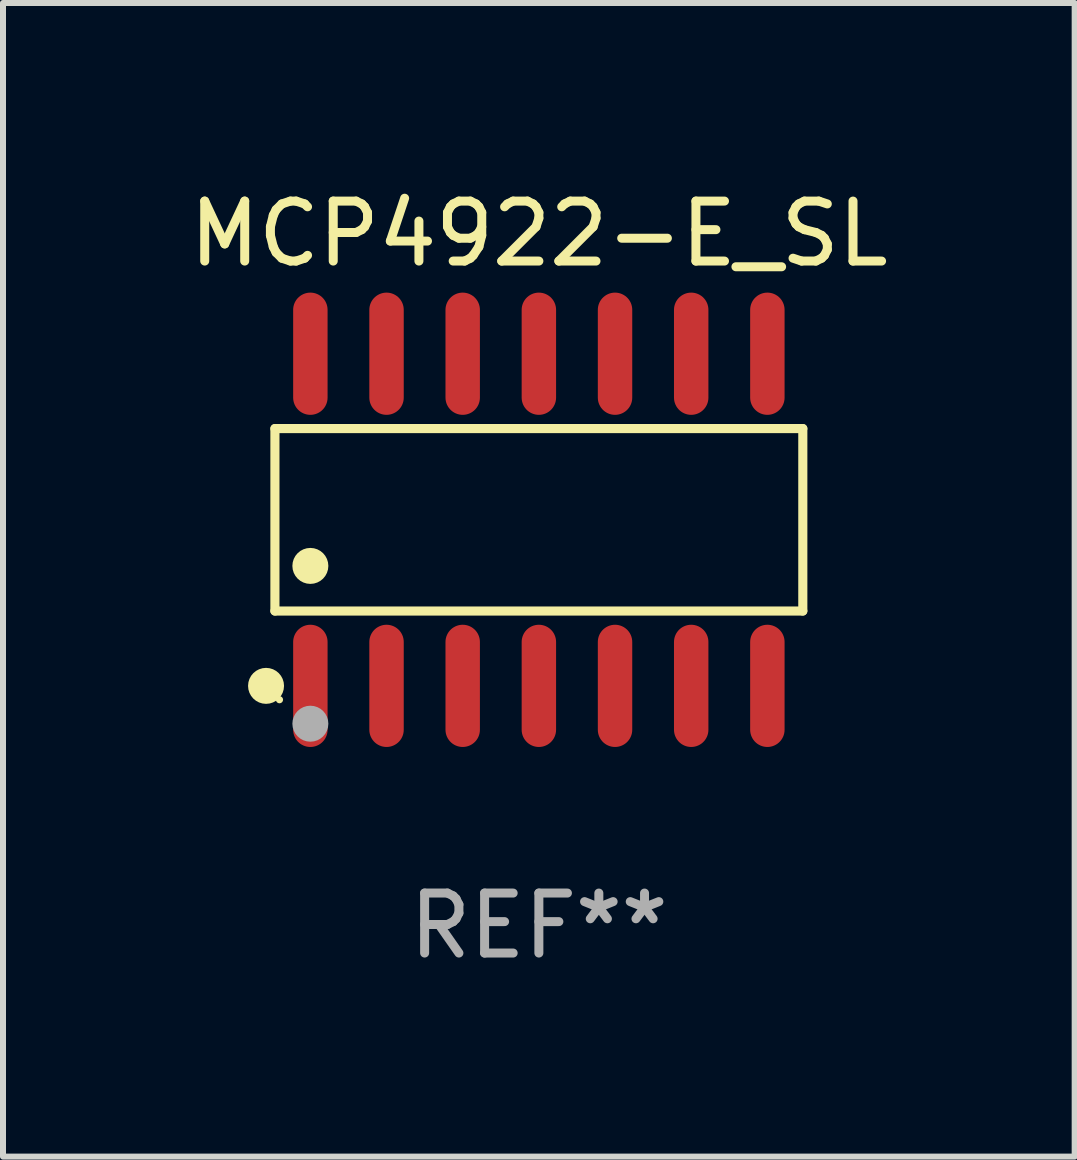
<source format=kicad_pcb>
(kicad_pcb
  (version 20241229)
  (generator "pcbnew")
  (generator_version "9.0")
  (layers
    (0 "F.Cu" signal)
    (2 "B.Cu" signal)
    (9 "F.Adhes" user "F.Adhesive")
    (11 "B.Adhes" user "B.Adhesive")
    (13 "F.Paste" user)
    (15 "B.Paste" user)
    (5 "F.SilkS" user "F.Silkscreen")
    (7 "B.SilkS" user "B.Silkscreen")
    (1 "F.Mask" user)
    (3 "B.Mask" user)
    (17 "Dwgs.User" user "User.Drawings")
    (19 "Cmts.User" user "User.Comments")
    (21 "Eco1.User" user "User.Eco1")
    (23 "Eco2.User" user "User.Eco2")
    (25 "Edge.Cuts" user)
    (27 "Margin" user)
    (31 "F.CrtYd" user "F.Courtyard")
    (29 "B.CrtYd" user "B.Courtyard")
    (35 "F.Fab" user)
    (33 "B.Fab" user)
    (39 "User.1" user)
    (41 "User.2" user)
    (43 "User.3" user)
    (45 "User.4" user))
  (footprint "MCP4922-E_SL"
    (layer "F.Cu")
    (at 5.935 5.617)
    (property "Reference" "MCP4922-E_SL" (at 0 -4.769 0) (layer "F.SilkS") (effects (font (size 1 1) (thickness 0.15))))
    (attr through_hole)
    (fp_line (start -4.401 -1.521) (end 4.401 -1.521) (stroke (width 0.152) (type solid)) (layer "F.SilkS"))
    (fp_line (start -4.401 1.521) (end -4.401 -1.521) (stroke (width 0.152) (type solid)) (layer "F.SilkS"))
    (fp_line (start 4.401 -1.521) (end 4.401 1.521) (stroke (width 0.152) (type solid)) (layer "F.SilkS"))
    (fp_line (start 4.401 1.521) (end -4.401 1.521) (stroke (width 0.152) (type solid)) (layer "F.SilkS"))
    (fp_circle (center -4.549 2.769) (end -4.399 2.769) (stroke (width 0.3) (type solid)) (fill no) (layer "F.SilkS"))
    (fp_circle (center -4.325 3) (end -4.295 3) (stroke (width 0.06) (type solid)) (fill no) (layer "F.SilkS"))
    (fp_circle (center -3.81 0.769) (end -3.66 0.769) (stroke (width 0.3) (type solid)) (fill no) (layer "F.SilkS"))
    (fp_circle (center -3.81 3.4) (end -3.66 3.4) (stroke (width 0.3) (type solid)) (fill no) (layer "F.Fab"))
    (fp_text user "REF**" (at 0 6.769 0) (layer "F.Fab") (effects (font (size 1 1) (thickness 0.15))))
    (pad "1" smd oval (at -3.81 2.769) (size 0.574 2.038) (layers "F.Cu" "F.Mask" "F.Paste"))
    (pad "2" smd oval (at -2.54 2.769) (size 0.574 2.038) (layers "F.Cu" "F.Mask" "F.Paste"))
    (pad "3" smd oval (at -1.27 2.769) (size 0.574 2.038) (layers "F.Cu" "F.Mask" "F.Paste"))
    (pad "4" smd oval (at 0 2.769) (size 0.574 2.038) (layers "F.Cu" "F.Mask" "F.Paste"))
    (pad "5" smd oval (at 1.27 2.769) (size 0.574 2.038) (layers "F.Cu" "F.Mask" "F.Paste"))
    (pad "6" smd oval (at 2.54 2.769) (size 0.574 2.038) (layers "F.Cu" "F.Mask" "F.Paste"))
    (pad "7" smd oval (at 3.81 2.769) (size 0.574 2.038) (layers "F.Cu" "F.Mask" "F.Paste"))
    (pad "8" smd oval (at 3.81 -2.769) (size 0.574 2.038) (layers "F.Cu" "F.Mask" "F.Paste"))
    (pad "9" smd oval (at 2.54 -2.769) (size 0.574 2.038) (layers "F.Cu" "F.Mask" "F.Paste"))
    (pad "10" smd oval (at 1.27 -2.769) (size 0.574 2.038) (layers "F.Cu" "F.Mask" "F.Paste"))
    (pad "11" smd oval (at 0 -2.769) (size 0.574 2.038) (layers "F.Cu" "F.Mask" "F.Paste"))
    (pad "12" smd oval (at -1.27 -2.769) (size 0.574 2.038) (layers "F.Cu" "F.Mask" "F.Paste"))
    (pad "13" smd oval (at -2.54 -2.769) (size 0.574 2.038) (layers "F.Cu" "F.Mask" "F.Paste"))
    (pad "14" smd oval (at -3.81 -2.769) (size 0.574 2.038) (layers "F.Cu" "F.Mask" "F.Paste")))
  (gr_rect
    (start -3 -3)
    (end 14.869 16.235)
    (stroke (width 0.1) (type default))
    (fill no)
    (layer "Edge.Cuts")))
</source>
